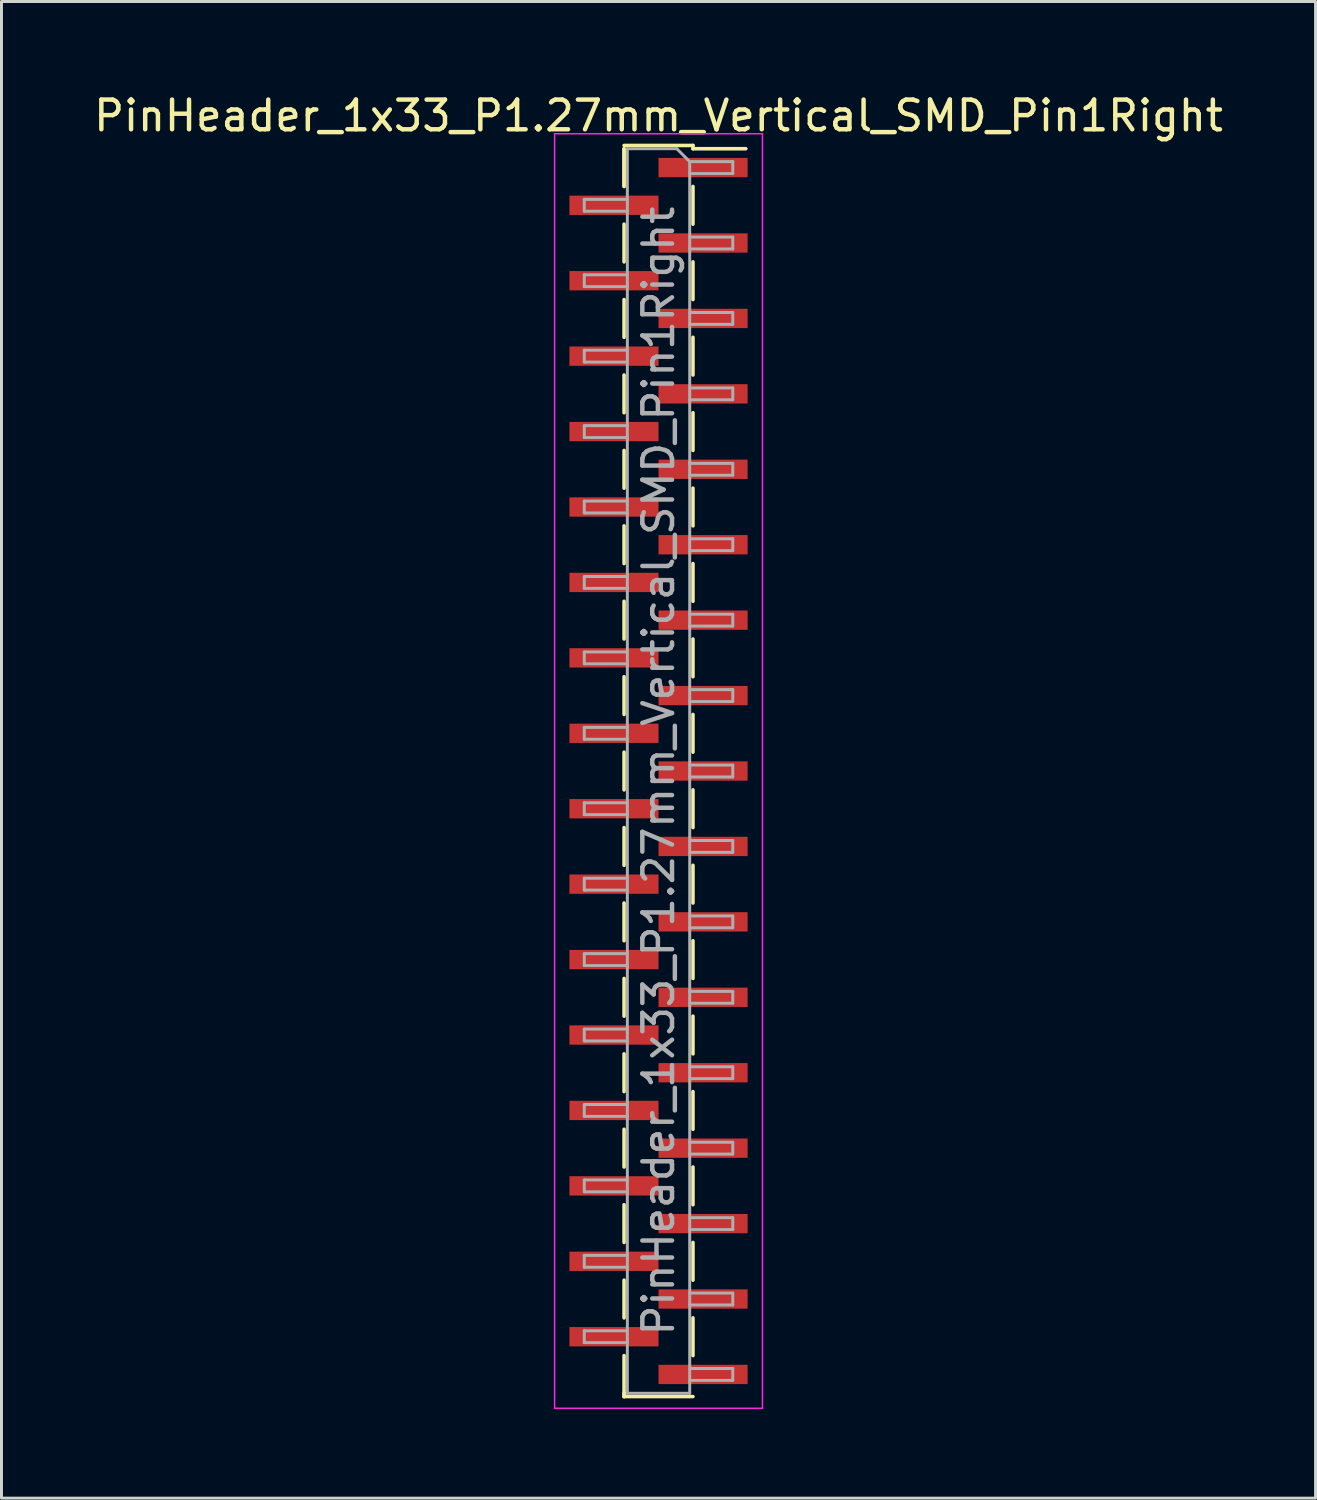
<source format=kicad_pcb>
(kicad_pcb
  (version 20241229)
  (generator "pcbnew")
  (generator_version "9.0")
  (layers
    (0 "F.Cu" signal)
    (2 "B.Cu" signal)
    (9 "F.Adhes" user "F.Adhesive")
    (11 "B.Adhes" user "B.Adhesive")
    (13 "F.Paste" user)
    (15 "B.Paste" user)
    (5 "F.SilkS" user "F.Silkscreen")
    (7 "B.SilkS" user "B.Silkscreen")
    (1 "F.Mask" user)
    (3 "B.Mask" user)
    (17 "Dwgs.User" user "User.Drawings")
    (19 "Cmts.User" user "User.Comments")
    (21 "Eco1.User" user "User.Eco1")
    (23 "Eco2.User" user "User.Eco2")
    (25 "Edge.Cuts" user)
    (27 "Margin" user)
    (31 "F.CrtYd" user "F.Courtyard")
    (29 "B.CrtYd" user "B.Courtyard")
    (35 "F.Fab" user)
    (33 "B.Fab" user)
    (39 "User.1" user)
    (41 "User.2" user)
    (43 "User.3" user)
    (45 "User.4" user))
  (footprint "PinHeader_1x33_P1.27mm_Vertical_SMD_Pin1Right"
    (layer "F.Cu")
    (at 19.125 22.913)
    (property "Reference" "PinHeader_1x33_P1.27mm_Vertical_SMD_Pin1Right" (at 0 -22.065 0) (layer "F.SilkS") (effects (font (size 1 1) (thickness 0.15))))
    (attr smd)
    (fp_line (start -1.16 -21.065) (end 1.16 -21.065) (stroke (width 0.12) (type solid)) (layer "F.SilkS"))
    (fp_line (start -1.16 -20.955) (end -1.16 -19.685) (stroke (width 0.12) (type solid)) (layer "F.SilkS"))
    (fp_line (start -1.16 -20.955) (end -1.16 -19.685) (stroke (width 0.12) (type solid)) (layer "F.SilkS"))
    (fp_line (start -1.16 -18.415) (end -1.16 -17.145) (stroke (width 0.12) (type solid)) (layer "F.SilkS"))
    (fp_line (start -1.16 -15.875) (end -1.16 -14.605) (stroke (width 0.12) (type solid)) (layer "F.SilkS"))
    (fp_line (start -1.16 -13.335) (end -1.16 -12.065) (stroke (width 0.12) (type solid)) (layer "F.SilkS"))
    (fp_line (start -1.16 -10.795) (end -1.16 -9.525) (stroke (width 0.12) (type solid)) (layer "F.SilkS"))
    (fp_line (start -1.16 -8.255) (end -1.16 -6.985) (stroke (width 0.12) (type solid)) (layer "F.SilkS"))
    (fp_line (start -1.16 -5.715) (end -1.16 -4.445) (stroke (width 0.12) (type solid)) (layer "F.SilkS"))
    (fp_line (start -1.16 -3.175) (end -1.16 -1.905) (stroke (width 0.12) (type solid)) (layer "F.SilkS"))
    (fp_line (start -1.16 -0.635) (end -1.16 0.635) (stroke (width 0.12) (type solid)) (layer "F.SilkS"))
    (fp_line (start -1.16 1.905) (end -1.16 3.175) (stroke (width 0.12) (type solid)) (layer "F.SilkS"))
    (fp_line (start -1.16 4.445) (end -1.16 5.715) (stroke (width 0.12) (type solid)) (layer "F.SilkS"))
    (fp_line (start -1.16 6.985) (end -1.16 8.255) (stroke (width 0.12) (type solid)) (layer "F.SilkS"))
    (fp_line (start -1.16 9.525) (end -1.16 10.795) (stroke (width 0.12) (type solid)) (layer "F.SilkS"))
    (fp_line (start -1.16 12.065) (end -1.16 13.335) (stroke (width 0.12) (type solid)) (layer "F.SilkS"))
    (fp_line (start -1.16 14.605) (end -1.16 15.875) (stroke (width 0.12) (type solid)) (layer "F.SilkS"))
    (fp_line (start -1.16 17.145) (end -1.16 18.415) (stroke (width 0.12) (type solid)) (layer "F.SilkS"))
    (fp_line (start -1.16 19.685) (end -1.16 21.065) (stroke (width 0.12) (type solid)) (layer "F.SilkS"))
    (fp_line (start -1.16 20.955) (end -1.16 21.065) (stroke (width 0.12) (type solid)) (layer "F.SilkS"))
    (fp_line (start -1.16 21.065) (end 1.16 21.065) (stroke (width 0.12) (type solid)) (layer "F.SilkS"))
    (fp_line (start 1.16 -21.065) (end 1.16 -20.955) (stroke (width 0.12) (type solid)) (layer "F.SilkS"))
    (fp_line (start 1.16 -20.955) (end 2.94 -20.955) (stroke (width 0.12) (type solid)) (layer "F.SilkS"))
    (fp_line (start 1.16 -19.685) (end 1.16 -18.415) (stroke (width 0.12) (type solid)) (layer "F.SilkS"))
    (fp_line (start 1.16 -17.145) (end 1.16 -15.875) (stroke (width 0.12) (type solid)) (layer "F.SilkS"))
    (fp_line (start 1.16 -14.605) (end 1.16 -13.335) (stroke (width 0.12) (type solid)) (layer "F.SilkS"))
    (fp_line (start 1.16 -12.065) (end 1.16 -10.795) (stroke (width 0.12) (type solid)) (layer "F.SilkS"))
    (fp_line (start 1.16 -9.525) (end 1.16 -8.255) (stroke (width 0.12) (type solid)) (layer "F.SilkS"))
    (fp_line (start 1.16 -6.985) (end 1.16 -5.715) (stroke (width 0.12) (type solid)) (layer "F.SilkS"))
    (fp_line (start 1.16 -4.445) (end 1.16 -3.175) (stroke (width 0.12) (type solid)) (layer "F.SilkS"))
    (fp_line (start 1.16 -1.905) (end 1.16 -0.635) (stroke (width 0.12) (type solid)) (layer "F.SilkS"))
    (fp_line (start 1.16 0.635) (end 1.16 1.905) (stroke (width 0.12) (type solid)) (layer "F.SilkS"))
    (fp_line (start 1.16 3.175) (end 1.16 4.445) (stroke (width 0.12) (type solid)) (layer "F.SilkS"))
    (fp_line (start 1.16 5.715) (end 1.16 6.985) (stroke (width 0.12) (type solid)) (layer "F.SilkS"))
    (fp_line (start 1.16 8.255) (end 1.16 9.525) (stroke (width 0.12) (type solid)) (layer "F.SilkS"))
    (fp_line (start 1.16 10.795) (end 1.16 12.065) (stroke (width 0.12) (type solid)) (layer "F.SilkS"))
    (fp_line (start 1.16 13.335) (end 1.16 14.605) (stroke (width 0.12) (type solid)) (layer "F.SilkS"))
    (fp_line (start 1.16 15.875) (end 1.16 17.145) (stroke (width 0.12) (type solid)) (layer "F.SilkS"))
    (fp_line (start 1.16 18.415) (end 1.16 19.685) (stroke (width 0.12) (type solid)) (layer "F.SilkS"))
    (fp_line (start -3.5 -21.46) (end -3.5 21.46) (stroke (width 0.05) (type solid)) (layer "F.CrtYd"))
    (fp_line (start -3.5 21.46) (end 3.5 21.46) (stroke (width 0.05) (type solid)) (layer "F.CrtYd"))
    (fp_line (start 3.5 -21.46) (end -3.5 -21.46) (stroke (width 0.05) (type solid)) (layer "F.CrtYd"))
    (fp_line (start 3.5 21.46) (end 3.5 -21.46) (stroke (width 0.05) (type solid)) (layer "F.CrtYd"))
    (fp_line (start -2.5 -19.25) (end -2.5 -18.85) (stroke (width 0.1) (type solid)) (layer "F.Fab"))
    (fp_line (start -2.5 -18.85) (end -1.05 -18.85) (stroke (width 0.1) (type solid)) (layer "F.Fab"))
    (fp_line (start -2.5 -16.71) (end -2.5 -16.31) (stroke (width 0.1) (type solid)) (layer "F.Fab"))
    (fp_line (start -2.5 -16.31) (end -1.05 -16.31) (stroke (width 0.1) (type solid)) (layer "F.Fab"))
    (fp_line (start -2.5 -14.17) (end -2.5 -13.77) (stroke (width 0.1) (type solid)) (layer "F.Fab"))
    (fp_line (start -2.5 -13.77) (end -1.05 -13.77) (stroke (width 0.1) (type solid)) (layer "F.Fab"))
    (fp_line (start -2.5 -11.63) (end -2.5 -11.23) (stroke (width 0.1) (type solid)) (layer "F.Fab"))
    (fp_line (start -2.5 -11.23) (end -1.05 -11.23) (stroke (width 0.1) (type solid)) (layer "F.Fab"))
    (fp_line (start -2.5 -9.09) (end -2.5 -8.69) (stroke (width 0.1) (type solid)) (layer "F.Fab"))
    (fp_line (start -2.5 -8.69) (end -1.05 -8.69) (stroke (width 0.1) (type solid)) (layer "F.Fab"))
    (fp_line (start -2.5 -6.55) (end -2.5 -6.15) (stroke (width 0.1) (type solid)) (layer "F.Fab"))
    (fp_line (start -2.5 -6.15) (end -1.05 -6.15) (stroke (width 0.1) (type solid)) (layer "F.Fab"))
    (fp_line (start -2.5 -4.01) (end -2.5 -3.61) (stroke (width 0.1) (type solid)) (layer "F.Fab"))
    (fp_line (start -2.5 -3.61) (end -1.05 -3.61) (stroke (width 0.1) (type solid)) (layer "F.Fab"))
    (fp_line (start -2.5 -1.47) (end -2.5 -1.07) (stroke (width 0.1) (type solid)) (layer "F.Fab"))
    (fp_line (start -2.5 -1.07) (end -1.05 -1.07) (stroke (width 0.1) (type solid)) (layer "F.Fab"))
    (fp_line (start -2.5 1.07) (end -2.5 1.47) (stroke (width 0.1) (type solid)) (layer "F.Fab"))
    (fp_line (start -2.5 1.47) (end -1.05 1.47) (stroke (width 0.1) (type solid)) (layer "F.Fab"))
    (fp_line (start -2.5 3.61) (end -2.5 4.01) (stroke (width 0.1) (type solid)) (layer "F.Fab"))
    (fp_line (start -2.5 4.01) (end -1.05 4.01) (stroke (width 0.1) (type solid)) (layer "F.Fab"))
    (fp_line (start -2.5 6.15) (end -2.5 6.55) (stroke (width 0.1) (type solid)) (layer "F.Fab"))
    (fp_line (start -2.5 6.55) (end -1.05 6.55) (stroke (width 0.1) (type solid)) (layer "F.Fab"))
    (fp_line (start -2.5 8.69) (end -2.5 9.09) (stroke (width 0.1) (type solid)) (layer "F.Fab"))
    (fp_line (start -2.5 9.09) (end -1.05 9.09) (stroke (width 0.1) (type solid)) (layer "F.Fab"))
    (fp_line (start -2.5 11.23) (end -2.5 11.63) (stroke (width 0.1) (type solid)) (layer "F.Fab"))
    (fp_line (start -2.5 11.63) (end -1.05 11.63) (stroke (width 0.1) (type solid)) (layer "F.Fab"))
    (fp_line (start -2.5 13.77) (end -2.5 14.17) (stroke (width 0.1) (type solid)) (layer "F.Fab"))
    (fp_line (start -2.5 14.17) (end -1.05 14.17) (stroke (width 0.1) (type solid)) (layer "F.Fab"))
    (fp_line (start -2.5 16.31) (end -2.5 16.71) (stroke (width 0.1) (type solid)) (layer "F.Fab"))
    (fp_line (start -2.5 16.71) (end -1.05 16.71) (stroke (width 0.1) (type solid)) (layer "F.Fab"))
    (fp_line (start -2.5 18.85) (end -2.5 19.25) (stroke (width 0.1) (type solid)) (layer "F.Fab"))
    (fp_line (start -2.5 19.25) (end -1.05 19.25) (stroke (width 0.1) (type solid)) (layer "F.Fab"))
    (fp_line (start -1.05 -20.955) (end -1.05 20.955) (stroke (width 0.1) (type solid)) (layer "F.Fab"))
    (fp_line (start -1.05 -20.955) (end 0.615 -20.955) (stroke (width 0.1) (type solid)) (layer "F.Fab"))
    (fp_line (start -1.05 -19.25) (end -2.5 -19.25) (stroke (width 0.1) (type solid)) (layer "F.Fab"))
    (fp_line (start -1.05 -16.71) (end -2.5 -16.71) (stroke (width 0.1) (type solid)) (layer "F.Fab"))
    (fp_line (start -1.05 -14.17) (end -2.5 -14.17) (stroke (width 0.1) (type solid)) (layer "F.Fab"))
    (fp_line (start -1.05 -11.63) (end -2.5 -11.63) (stroke (width 0.1) (type solid)) (layer "F.Fab"))
    (fp_line (start -1.05 -9.09) (end -2.5 -9.09) (stroke (width 0.1) (type solid)) (layer "F.Fab"))
    (fp_line (start -1.05 -6.55) (end -2.5 -6.55) (stroke (width 0.1) (type solid)) (layer "F.Fab"))
    (fp_line (start -1.05 -4.01) (end -2.5 -4.01) (stroke (width 0.1) (type solid)) (layer "F.Fab"))
    (fp_line (start -1.05 -1.47) (end -2.5 -1.47) (stroke (width 0.1) (type solid)) (layer "F.Fab"))
    (fp_line (start -1.05 1.07) (end -2.5 1.07) (stroke (width 0.1) (type solid)) (layer "F.Fab"))
    (fp_line (start -1.05 3.61) (end -2.5 3.61) (stroke (width 0.1) (type solid)) (layer "F.Fab"))
    (fp_line (start -1.05 6.15) (end -2.5 6.15) (stroke (width 0.1) (type solid)) (layer "F.Fab"))
    (fp_line (start -1.05 8.69) (end -2.5 8.69) (stroke (width 0.1) (type solid)) (layer "F.Fab"))
    (fp_line (start -1.05 11.23) (end -2.5 11.23) (stroke (width 0.1) (type solid)) (layer "F.Fab"))
    (fp_line (start -1.05 13.77) (end -2.5 13.77) (stroke (width 0.1) (type solid)) (layer "F.Fab"))
    (fp_line (start -1.05 16.31) (end -2.5 16.31) (stroke (width 0.1) (type solid)) (layer "F.Fab"))
    (fp_line (start -1.05 18.85) (end -2.5 18.85) (stroke (width 0.1) (type solid)) (layer "F.Fab"))
    (fp_line (start 1.05 -20.52) (end 0.615 -20.955) (stroke (width 0.1) (type solid)) (layer "F.Fab"))
    (fp_line (start 1.05 -20.52) (end 2.5 -20.52) (stroke (width 0.1) (type solid)) (layer "F.Fab"))
    (fp_line (start 1.05 -17.98) (end 2.5 -17.98) (stroke (width 0.1) (type solid)) (layer "F.Fab"))
    (fp_line (start 1.05 -15.44) (end 2.5 -15.44) (stroke (width 0.1) (type solid)) (layer "F.Fab"))
    (fp_line (start 1.05 -12.9) (end 2.5 -12.9) (stroke (width 0.1) (type solid)) (layer "F.Fab"))
    (fp_line (start 1.05 -10.36) (end 2.5 -10.36) (stroke (width 0.1) (type solid)) (layer "F.Fab"))
    (fp_line (start 1.05 -7.82) (end 2.5 -7.82) (stroke (width 0.1) (type solid)) (layer "F.Fab"))
    (fp_line (start 1.05 -5.28) (end 2.5 -5.28) (stroke (width 0.1) (type solid)) (layer "F.Fab"))
    (fp_line (start 1.05 -2.74) (end 2.5 -2.74) (stroke (width 0.1) (type solid)) (layer "F.Fab"))
    (fp_line (start 1.05 -0.2) (end 2.5 -0.2) (stroke (width 0.1) (type solid)) (layer "F.Fab"))
    (fp_line (start 1.05 2.34) (end 2.5 2.34) (stroke (width 0.1) (type solid)) (layer "F.Fab"))
    (fp_line (start 1.05 4.88) (end 2.5 4.88) (stroke (width 0.1) (type solid)) (layer "F.Fab"))
    (fp_line (start 1.05 7.42) (end 2.5 7.42) (stroke (width 0.1) (type solid)) (layer "F.Fab"))
    (fp_line (start 1.05 9.96) (end 2.5 9.96) (stroke (width 0.1) (type solid)) (layer "F.Fab"))
    (fp_line (start 1.05 12.5) (end 2.5 12.5) (stroke (width 0.1) (type solid)) (layer "F.Fab"))
    (fp_line (start 1.05 15.04) (end 2.5 15.04) (stroke (width 0.1) (type solid)) (layer "F.Fab"))
    (fp_line (start 1.05 17.58) (end 2.5 17.58) (stroke (width 0.1) (type solid)) (layer "F.Fab"))
    (fp_line (start 1.05 20.12) (end 2.5 20.12) (stroke (width 0.1) (type solid)) (layer "F.Fab"))
    (fp_line (start 1.05 20.955) (end -1.05 20.955) (stroke (width 0.1) (type solid)) (layer "F.Fab"))
    (fp_line (start 1.05 20.955) (end 1.05 -20.52) (stroke (width 0.1) (type solid)) (layer "F.Fab"))
    (fp_line (start 2.5 -20.52) (end 2.5 -20.12) (stroke (width 0.1) (type solid)) (layer "F.Fab"))
    (fp_line (start 2.5 -20.12) (end 1.05 -20.12) (stroke (width 0.1) (type solid)) (layer "F.Fab"))
    (fp_line (start 2.5 -17.98) (end 2.5 -17.58) (stroke (width 0.1) (type solid)) (layer "F.Fab"))
    (fp_line (start 2.5 -17.58) (end 1.05 -17.58) (stroke (width 0.1) (type solid)) (layer "F.Fab"))
    (fp_line (start 2.5 -15.44) (end 2.5 -15.04) (stroke (width 0.1) (type solid)) (layer "F.Fab"))
    (fp_line (start 2.5 -15.04) (end 1.05 -15.04) (stroke (width 0.1) (type solid)) (layer "F.Fab"))
    (fp_line (start 2.5 -12.9) (end 2.5 -12.5) (stroke (width 0.1) (type solid)) (layer "F.Fab"))
    (fp_line (start 2.5 -12.5) (end 1.05 -12.5) (stroke (width 0.1) (type solid)) (layer "F.Fab"))
    (fp_line (start 2.5 -10.36) (end 2.5 -9.96) (stroke (width 0.1) (type solid)) (layer "F.Fab"))
    (fp_line (start 2.5 -9.96) (end 1.05 -9.96) (stroke (width 0.1) (type solid)) (layer "F.Fab"))
    (fp_line (start 2.5 -7.82) (end 2.5 -7.42) (stroke (width 0.1) (type solid)) (layer "F.Fab"))
    (fp_line (start 2.5 -7.42) (end 1.05 -7.42) (stroke (width 0.1) (type solid)) (layer "F.Fab"))
    (fp_line (start 2.5 -5.28) (end 2.5 -4.88) (stroke (width 0.1) (type solid)) (layer "F.Fab"))
    (fp_line (start 2.5 -4.88) (end 1.05 -4.88) (stroke (width 0.1) (type solid)) (layer "F.Fab"))
    (fp_line (start 2.5 -2.74) (end 2.5 -2.34) (stroke (width 0.1) (type solid)) (layer "F.Fab"))
    (fp_line (start 2.5 -2.34) (end 1.05 -2.34) (stroke (width 0.1) (type solid)) (layer "F.Fab"))
    (fp_line (start 2.5 -0.2) (end 2.5 0.2) (stroke (width 0.1) (type solid)) (layer "F.Fab"))
    (fp_line (start 2.5 0.2) (end 1.05 0.2) (stroke (width 0.1) (type solid)) (layer "F.Fab"))
    (fp_line (start 2.5 2.34) (end 2.5 2.74) (stroke (width 0.1) (type solid)) (layer "F.Fab"))
    (fp_line (start 2.5 2.74) (end 1.05 2.74) (stroke (width 0.1) (type solid)) (layer "F.Fab"))
    (fp_line (start 2.5 4.88) (end 2.5 5.28) (stroke (width 0.1) (type solid)) (layer "F.Fab"))
    (fp_line (start 2.5 5.28) (end 1.05 5.28) (stroke (width 0.1) (type solid)) (layer "F.Fab"))
    (fp_line (start 2.5 7.42) (end 2.5 7.82) (stroke (width 0.1) (type solid)) (layer "F.Fab"))
    (fp_line (start 2.5 7.82) (end 1.05 7.82) (stroke (width 0.1) (type solid)) (layer "F.Fab"))
    (fp_line (start 2.5 9.96) (end 2.5 10.36) (stroke (width 0.1) (type solid)) (layer "F.Fab"))
    (fp_line (start 2.5 10.36) (end 1.05 10.36) (stroke (width 0.1) (type solid)) (layer "F.Fab"))
    (fp_line (start 2.5 12.5) (end 2.5 12.9) (stroke (width 0.1) (type solid)) (layer "F.Fab"))
    (fp_line (start 2.5 12.9) (end 1.05 12.9) (stroke (width 0.1) (type solid)) (layer "F.Fab"))
    (fp_line (start 2.5 15.04) (end 2.5 15.44) (stroke (width 0.1) (type solid)) (layer "F.Fab"))
    (fp_line (start 2.5 15.44) (end 1.05 15.44) (stroke (width 0.1) (type solid)) (layer "F.Fab"))
    (fp_line (start 2.5 17.58) (end 2.5 17.98) (stroke (width 0.1) (type solid)) (layer "F.Fab"))
    (fp_line (start 2.5 17.98) (end 1.05 17.98) (stroke (width 0.1) (type solid)) (layer "F.Fab"))
    (fp_line (start 2.5 20.12) (end 2.5 20.52) (stroke (width 0.1) (type solid)) (layer "F.Fab"))
    (fp_line (start 2.5 20.52) (end 1.05 20.52) (stroke (width 0.1) (type solid)) (layer "F.Fab"))
    (fp_text user "${REFERENCE}" (at 0 0 90) (layer "F.Fab") (effects (font (size 1 1) (thickness 0.15))))
    (pad "1" smd rect (at 1.5 -20.32) (size 3 0.65) (layers "F.Cu" "F.Mask" "F.Paste"))
    (pad "2" smd rect (at -1.5 -19.05) (size 3 0.65) (layers "F.Cu" "F.Mask" "F.Paste"))
    (pad "3" smd rect (at 1.5 -17.78) (size 3 0.65) (layers "F.Cu" "F.Mask" "F.Paste"))
    (pad "4" smd rect (at -1.5 -16.51) (size 3 0.65) (layers "F.Cu" "F.Mask" "F.Paste"))
    (pad "5" smd rect (at 1.5 -15.24) (size 3 0.65) (layers "F.Cu" "F.Mask" "F.Paste"))
    (pad "6" smd rect (at -1.5 -13.97) (size 3 0.65) (layers "F.Cu" "F.Mask" "F.Paste"))
    (pad "7" smd rect (at 1.5 -12.7) (size 3 0.65) (layers "F.Cu" "F.Mask" "F.Paste"))
    (pad "8" smd rect (at -1.5 -11.43) (size 3 0.65) (layers "F.Cu" "F.Mask" "F.Paste"))
    (pad "9" smd rect (at 1.5 -10.16) (size 3 0.65) (layers "F.Cu" "F.Mask" "F.Paste"))
    (pad "10" smd rect (at -1.5 -8.89) (size 3 0.65) (layers "F.Cu" "F.Mask" "F.Paste"))
    (pad "11" smd rect (at 1.5 -7.62) (size 3 0.65) (layers "F.Cu" "F.Mask" "F.Paste"))
    (pad "12" smd rect (at -1.5 -6.35) (size 3 0.65) (layers "F.Cu" "F.Mask" "F.Paste"))
    (pad "13" smd rect (at 1.5 -5.08) (size 3 0.65) (layers "F.Cu" "F.Mask" "F.Paste"))
    (pad "14" smd rect (at -1.5 -3.81) (size 3 0.65) (layers "F.Cu" "F.Mask" "F.Paste"))
    (pad "15" smd rect (at 1.5 -2.54) (size 3 0.65) (layers "F.Cu" "F.Mask" "F.Paste"))
    (pad "16" smd rect (at -1.5 -1.27) (size 3 0.65) (layers "F.Cu" "F.Mask" "F.Paste"))
    (pad "17" smd rect (at 1.5 0) (size 3 0.65) (layers "F.Cu" "F.Mask" "F.Paste"))
    (pad "18" smd rect (at -1.5 1.27) (size 3 0.65) (layers "F.Cu" "F.Mask" "F.Paste"))
    (pad "19" smd rect (at 1.5 2.54) (size 3 0.65) (layers "F.Cu" "F.Mask" "F.Paste"))
    (pad "20" smd rect (at -1.5 3.81) (size 3 0.65) (layers "F.Cu" "F.Mask" "F.Paste"))
    (pad "21" smd rect (at 1.5 5.08) (size 3 0.65) (layers "F.Cu" "F.Mask" "F.Paste"))
    (pad "22" smd rect (at -1.5 6.35) (size 3 0.65) (layers "F.Cu" "F.Mask" "F.Paste"))
    (pad "23" smd rect (at 1.5 7.62) (size 3 0.65) (layers "F.Cu" "F.Mask" "F.Paste"))
    (pad "24" smd rect (at -1.5 8.89) (size 3 0.65) (layers "F.Cu" "F.Mask" "F.Paste"))
    (pad "25" smd rect (at 1.5 10.16) (size 3 0.65) (layers "F.Cu" "F.Mask" "F.Paste"))
    (pad "26" smd rect (at -1.5 11.43) (size 3 0.65) (layers "F.Cu" "F.Mask" "F.Paste"))
    (pad "27" smd rect (at 1.5 12.7) (size 3 0.65) (layers "F.Cu" "F.Mask" "F.Paste"))
    (pad "28" smd rect (at -1.5 13.97) (size 3 0.65) (layers "F.Cu" "F.Mask" "F.Paste"))
    (pad "29" smd rect (at 1.5 15.24) (size 3 0.65) (layers "F.Cu" "F.Mask" "F.Paste"))
    (pad "30" smd rect (at -1.5 16.51) (size 3 0.65) (layers "F.Cu" "F.Mask" "F.Paste"))
    (pad "31" smd rect (at 1.5 17.78) (size 3 0.65) (layers "F.Cu" "F.Mask" "F.Paste"))
    (pad "32" smd rect (at -1.5 19.05) (size 3 0.65) (layers "F.Cu" "F.Mask" "F.Paste"))
    (pad "33" smd rect (at 1.5 20.32) (size 3 0.65) (layers "F.Cu" "F.Mask" "F.Paste")))
  (gr_rect
    (start -3 -3)
    (end 41.25 47.398)
    (stroke (width 0.1) (type default))
    (fill no)
    (layer "Edge.Cuts")))
</source>
